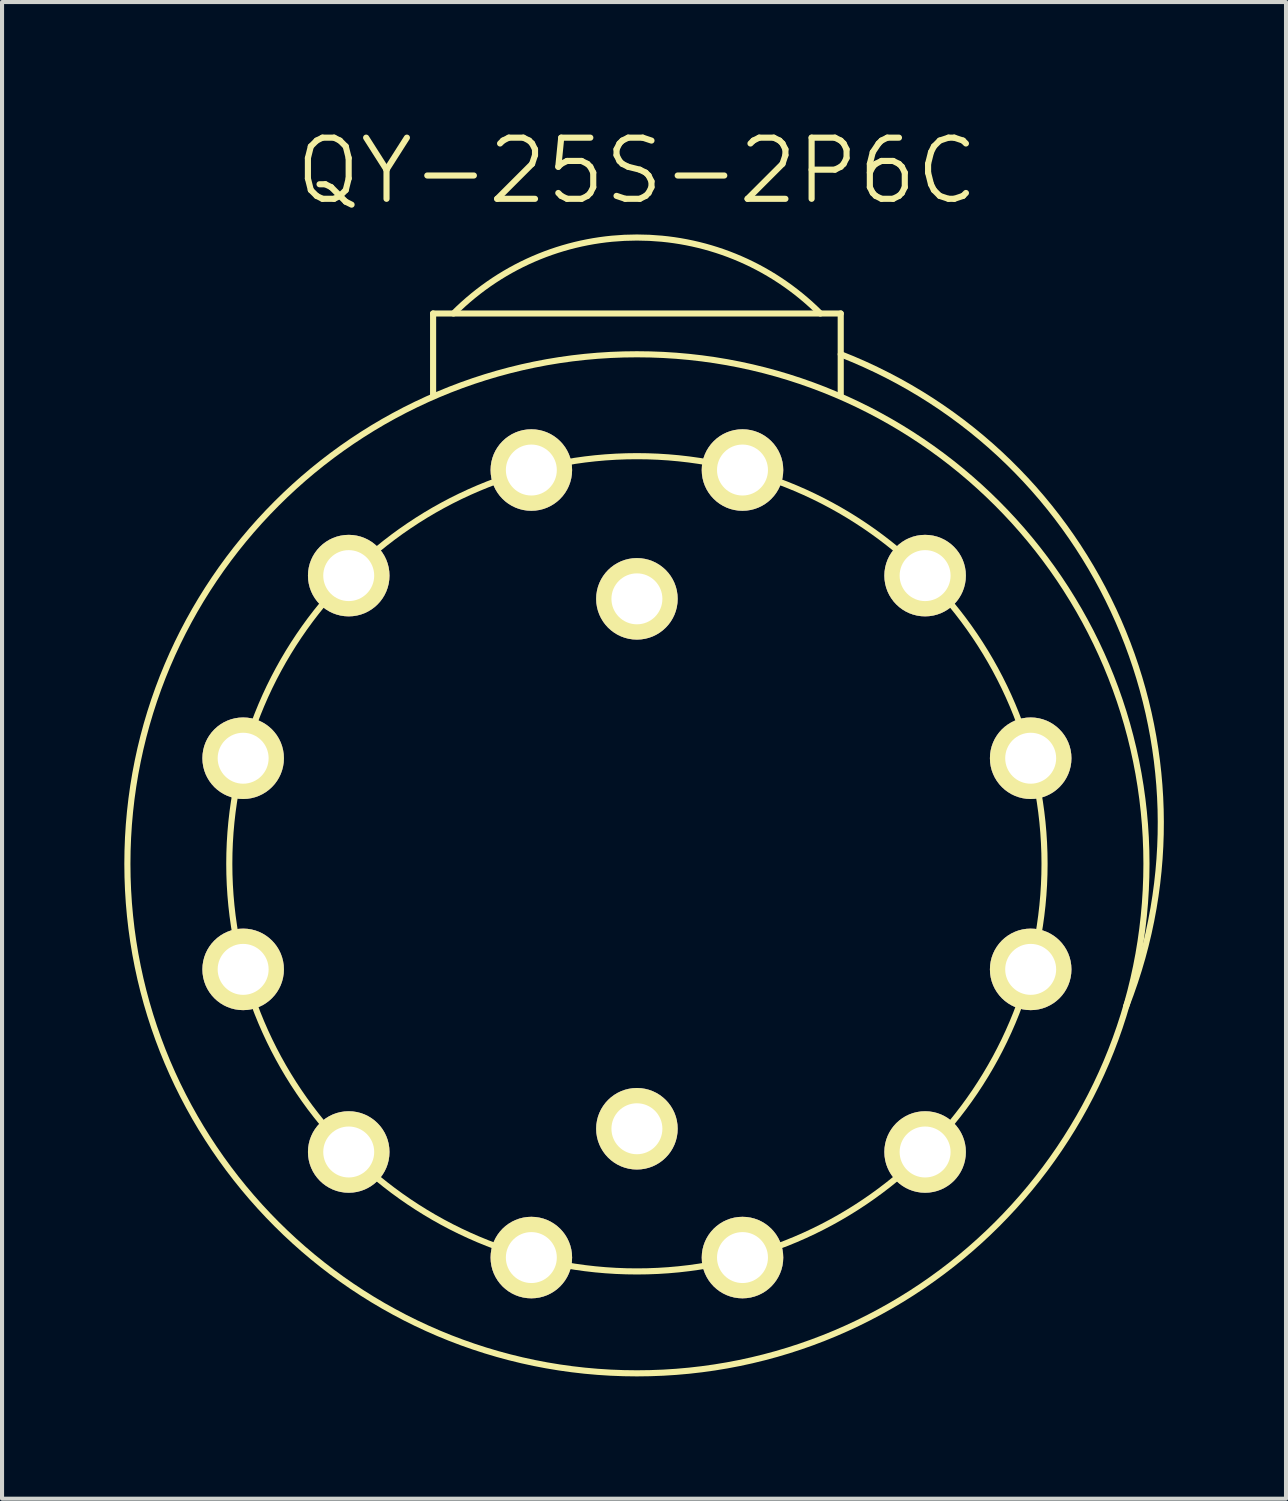
<source format=kicad_pcb>
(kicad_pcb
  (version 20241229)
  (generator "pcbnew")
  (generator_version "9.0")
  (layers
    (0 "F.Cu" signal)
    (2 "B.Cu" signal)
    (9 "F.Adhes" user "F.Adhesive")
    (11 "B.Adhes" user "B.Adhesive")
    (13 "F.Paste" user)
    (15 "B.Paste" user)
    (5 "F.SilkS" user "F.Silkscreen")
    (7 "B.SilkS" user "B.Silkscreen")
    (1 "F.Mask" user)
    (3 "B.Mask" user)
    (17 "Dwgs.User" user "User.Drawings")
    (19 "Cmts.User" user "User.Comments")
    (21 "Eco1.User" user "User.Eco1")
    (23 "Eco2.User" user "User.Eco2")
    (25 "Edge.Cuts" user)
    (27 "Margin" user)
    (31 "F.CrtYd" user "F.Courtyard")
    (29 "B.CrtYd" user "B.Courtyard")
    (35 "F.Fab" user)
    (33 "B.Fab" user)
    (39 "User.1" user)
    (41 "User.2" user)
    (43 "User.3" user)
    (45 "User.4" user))
  (footprint "QY-25S-2P6C"
    (layer "F.Cu")
    (at 12.575 18.141)
    (property "Reference" "QY-25S-2P6C" (at 0 -17 0) (layer "F.SilkS") (effects (font (size 1.5 1.5) (thickness 0.15))))
    (attr through_hole)
    (fp_line (start -5 -13.5) (end -5 -11.5) (stroke (width 0.15) (type solid)) (layer "F.SilkS"))
    (fp_line (start -5 -13.5) (end 5 -13.5) (stroke (width 0.15) (type solid)) (layer "F.SilkS"))
    (fp_line (start 5 -13.5) (end 5 -11.5) (stroke (width 0.15) (type solid)) (layer "F.SilkS"))
    (fp_arc (start -4.5 -13.5) (mid 0 -15.363961) (end 4.5 -13.5) (stroke (width 0.15) (type solid)) (layer "F.SilkS"))
    (fp_arc (start 5 -12.5) (mid 11.813708 -5.949747) (end 12 3.5) (stroke (width 0.15) (type solid)) (layer "F.SilkS"))
    (fp_circle (center 0 0) (end 0 -10) (stroke (width 0.15) (type solid)) (fill no) (layer "F.SilkS"))
    (fp_circle (center 0 0) (end 12.5 0) (stroke (width 0.15) (type solid)) (fill no) (layer "F.SilkS"))
    (pad "1" thru_hole circle (at -2.59 -9.66 180) (size 2 2) (drill 1.25) (layers "*.Cu" "*.Mask" "F.SilkS"))
    (pad "2" thru_hole circle (at 2.59 -9.66) (size 2 2) (drill 1.25) (layers "*.Cu" "*.Mask" "F.SilkS"))
    (pad "3" thru_hole circle (at 7.07 -7.07) (size 2 2) (drill 1.25) (layers "*.Cu" "*.Mask" "F.SilkS"))
    (pad "4" thru_hole circle (at 9.66 -2.59) (size 2 2) (drill 1.25) (layers "*.Cu" "*.Mask" "F.SilkS"))
    (pad "5" thru_hole circle (at 9.66 2.59) (size 2 2) (drill 1.25) (layers "*.Cu" "*.Mask" "F.SilkS"))
    (pad "6" thru_hole circle (at 7.07 7.07) (size 2 2) (drill 1.25) (layers "*.Cu" "*.Mask" "F.SilkS"))
    (pad "7" thru_hole circle (at 2.59 9.66) (size 2 2) (drill 1.25) (layers "*.Cu" "*.Mask" "F.SilkS"))
    (pad "8" thru_hole circle (at -2.59 9.66 180) (size 2 2) (drill 1.25) (layers "*.Cu" "*.Mask" "F.SilkS"))
    (pad "9" thru_hole circle (at -7.07 7.07 180) (size 2 2) (drill 1.25) (layers "*.Cu" "*.Mask" "F.SilkS"))
    (pad "10" thru_hole circle (at -9.66 2.59 180) (size 2 2) (drill 1.25) (layers "*.Cu" "*.Mask" "F.SilkS"))
    (pad "11" thru_hole circle (at -9.66 -2.59 180) (size 2 2) (drill 1.25) (layers "*.Cu" "*.Mask" "F.SilkS"))
    (pad "12" thru_hole circle (at -7.07 -7.07 180) (size 2 2) (drill 1.25) (layers "*.Cu" "*.Mask" "F.SilkS"))
    (pad "A" thru_hole circle (at 0 -6.5) (size 2 2) (drill 1.25) (layers "*.Cu" "*.Mask" "F.SilkS"))
    (pad "D" thru_hole circle (at 0 6.5) (size 2 2) (drill 1.25) (layers "*.Cu" "*.Mask" "F.SilkS")))
  (gr_rect
    (start -3 -3)
    (end 28.499 33.716)
    (stroke (width 0.1) (type default))
    (fill no)
    (layer "Edge.Cuts")))
</source>
